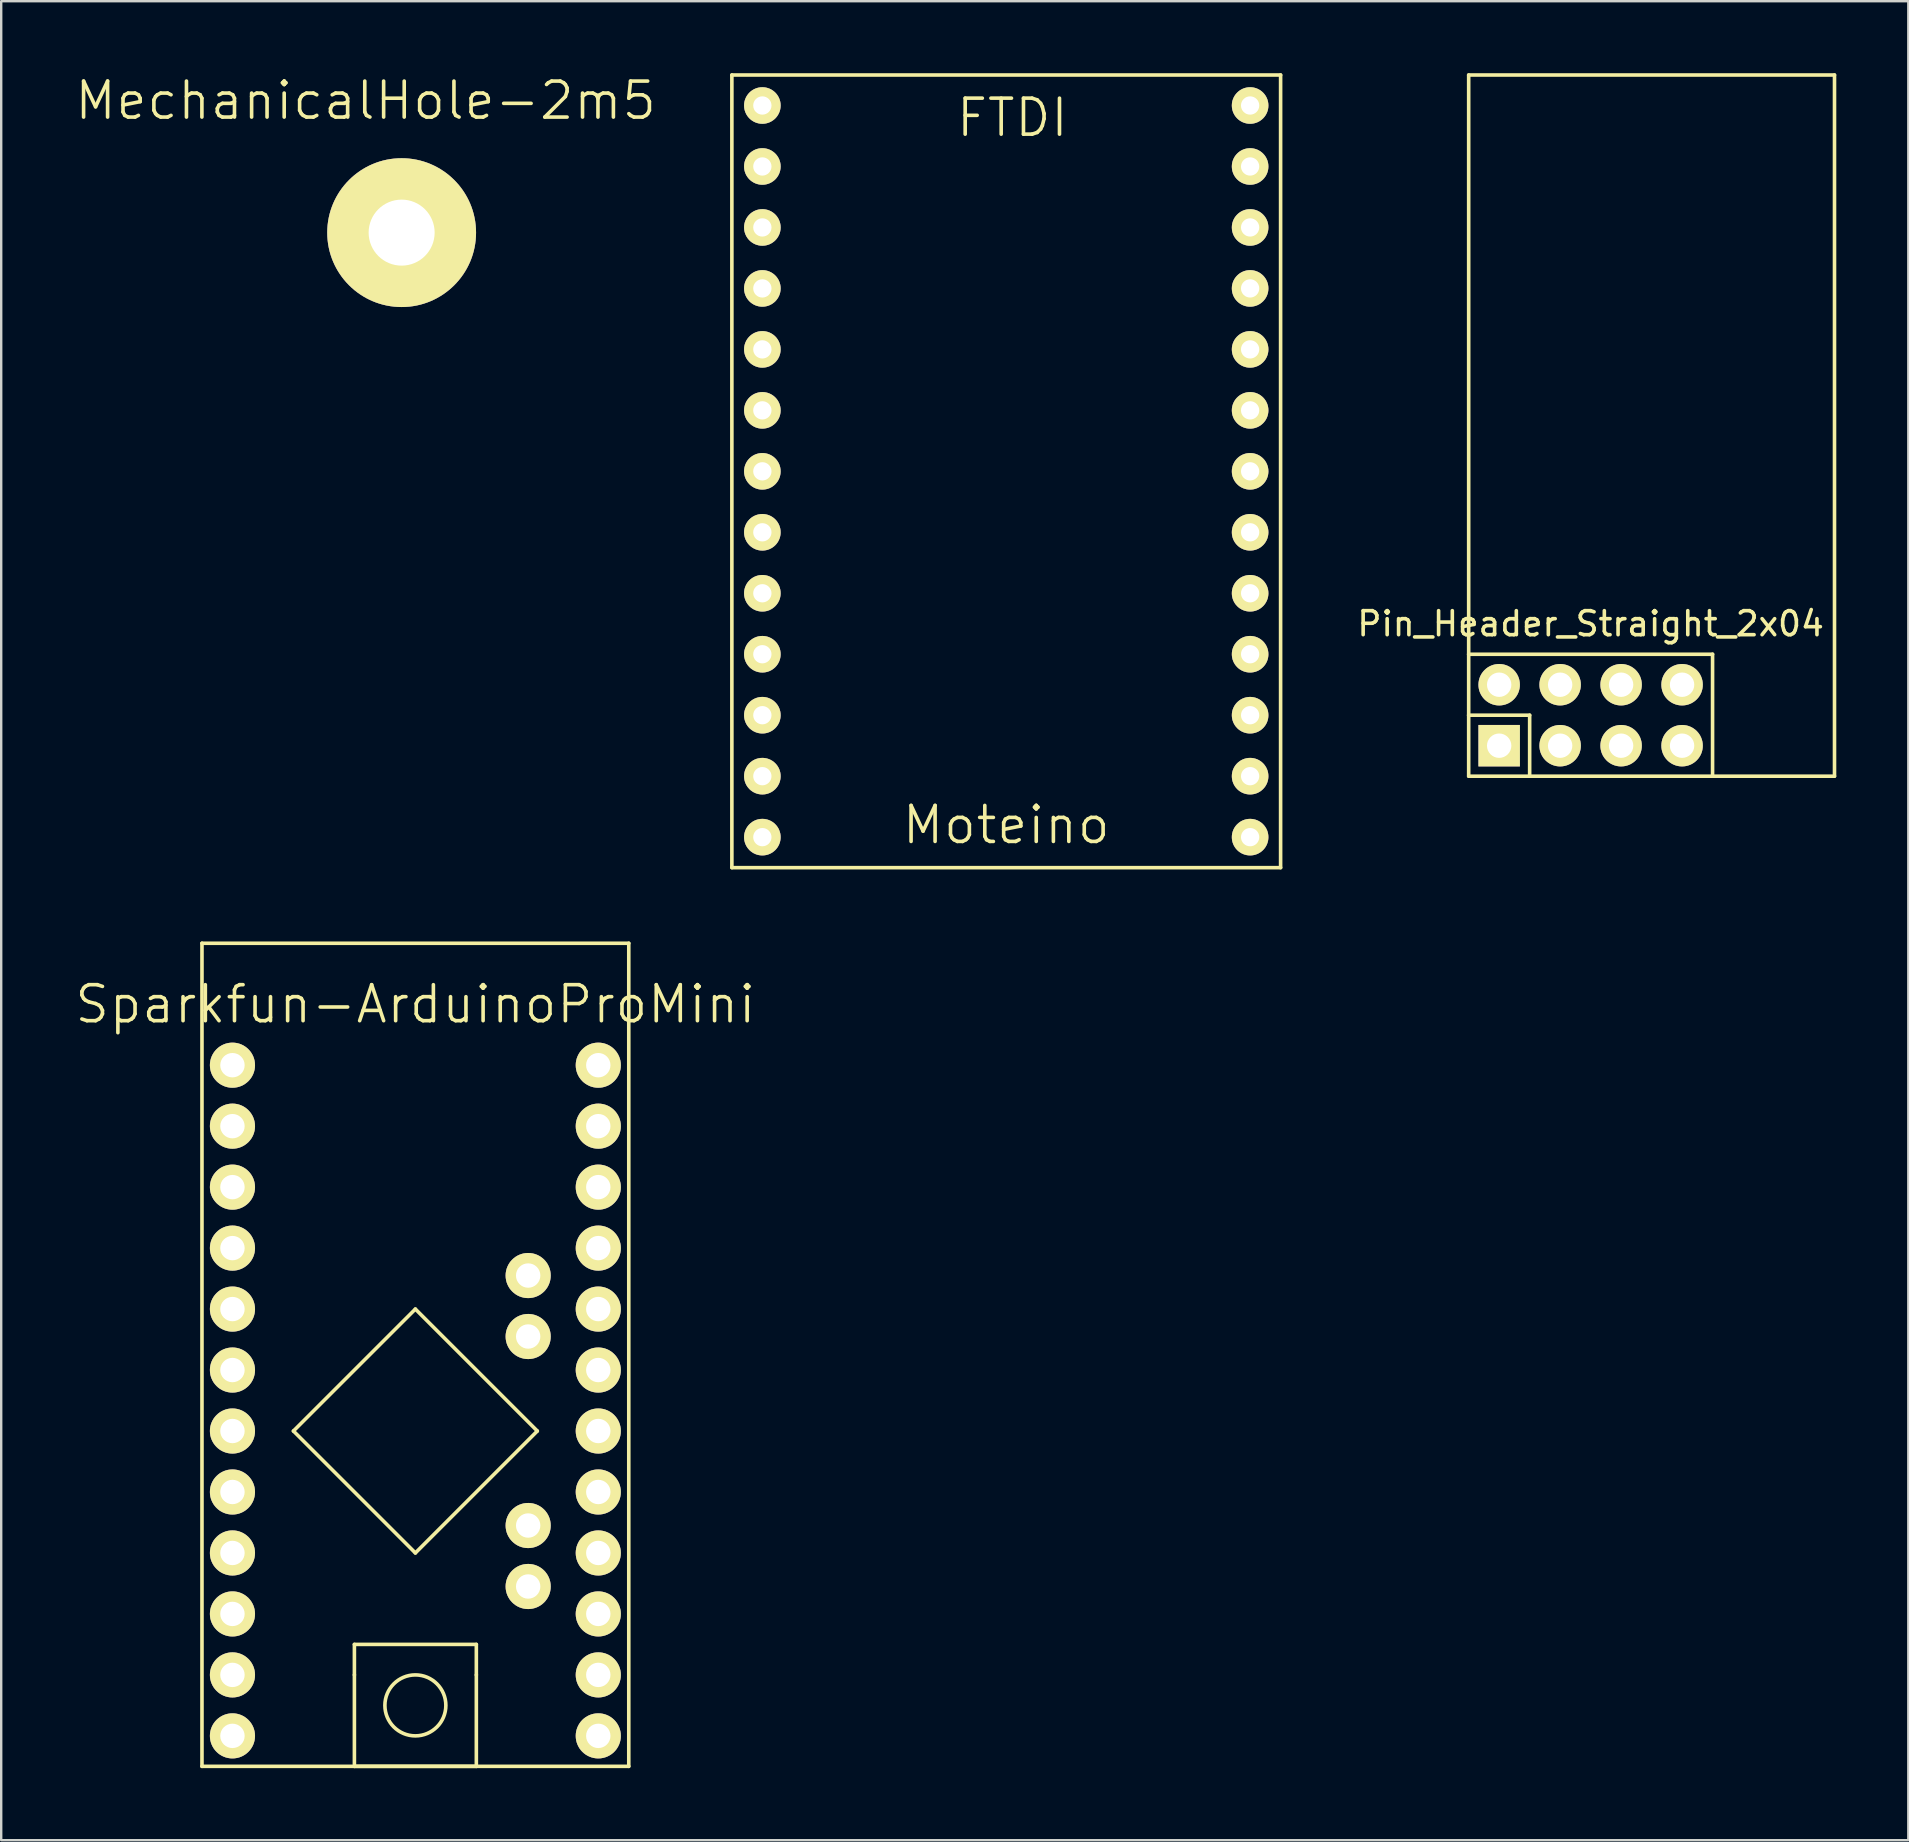
<source format=kicad_pcb>
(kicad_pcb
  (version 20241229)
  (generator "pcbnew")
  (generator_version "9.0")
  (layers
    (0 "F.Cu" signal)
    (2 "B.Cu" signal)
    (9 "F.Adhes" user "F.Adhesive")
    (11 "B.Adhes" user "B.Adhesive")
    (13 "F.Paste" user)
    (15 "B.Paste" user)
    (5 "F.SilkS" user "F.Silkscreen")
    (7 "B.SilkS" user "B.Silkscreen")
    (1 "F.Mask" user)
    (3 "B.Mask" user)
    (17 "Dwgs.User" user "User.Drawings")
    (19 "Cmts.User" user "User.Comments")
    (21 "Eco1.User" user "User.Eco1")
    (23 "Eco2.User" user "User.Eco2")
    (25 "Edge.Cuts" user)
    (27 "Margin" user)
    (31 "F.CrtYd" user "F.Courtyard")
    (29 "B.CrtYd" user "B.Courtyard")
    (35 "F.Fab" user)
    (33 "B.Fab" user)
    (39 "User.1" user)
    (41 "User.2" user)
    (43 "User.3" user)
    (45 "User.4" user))
  (footprint "Sparkfun-ArduinoProMini"
    (layer "F.Cu")
    (at 14.254 54.025)
    (property "Reference" "Sparkfun-ArduinoProMini" (at 0 -15.24 0) (layer "F.SilkS") (effects (font (size 1.5 1.5) (thickness 0.15))))
    (attr through_hole)
    (fp_line (start -8.89 -17.78) (end 8.89 -17.78) (stroke (width 0.15) (type solid)) (layer "F.SilkS"))
    (fp_line (start -8.89 16.51) (end -8.89 -17.78) (stroke (width 0.15) (type solid)) (layer "F.SilkS"))
    (fp_line (start -5.08 2.54) (end 0 -2.54) (stroke (width 0.15) (type solid)) (layer "F.SilkS"))
    (fp_line (start -2.54 12.7) (end -2.54 11.43) (stroke (width 0.15) (type solid)) (layer "F.SilkS"))
    (fp_line (start -2.54 12.7) (end -2.54 16.51) (stroke (width 0.15) (type solid)) (layer "F.SilkS"))
    (fp_line (start -2.54 16.51) (end 2.54 16.51) (stroke (width 0.15) (type solid)) (layer "F.SilkS"))
    (fp_line (start 0 -2.54) (end 5.08 2.54) (stroke (width 0.15) (type solid)) (layer "F.SilkS"))
    (fp_line (start 0 7.62) (end -5.08 2.54) (stroke (width 0.15) (type solid)) (layer "F.SilkS"))
    (fp_line (start 2.54 11.43) (end -2.54 11.43) (stroke (width 0.15) (type solid)) (layer "F.SilkS"))
    (fp_line (start 2.54 12.7) (end 2.54 11.43) (stroke (width 0.15) (type solid)) (layer "F.SilkS"))
    (fp_line (start 2.54 16.51) (end 2.54 12.7) (stroke (width 0.15) (type solid)) (layer "F.SilkS"))
    (fp_line (start 5.08 2.54) (end 0 7.62) (stroke (width 0.15) (type solid)) (layer "F.SilkS"))
    (fp_line (start 8.89 -17.78) (end 8.89 16.51) (stroke (width 0.15) (type solid)) (layer "F.SilkS"))
    (fp_line (start 8.89 16.51) (end -8.89 16.51) (stroke (width 0.15) (type solid)) (layer "F.SilkS"))
    (fp_circle (center 0 13.97) (end 1.27 13.97) (stroke (width 0.15) (type solid)) (fill no) (layer "F.SilkS"))
    (pad "1" thru_hole circle (at -7.62 -12.7) (size 1.88 1.88) (drill 1.016) (layers "*.Cu" "*.Mask" "F.SilkS"))
    (pad "2" thru_hole circle (at -7.62 -10.16) (size 1.88 1.88) (drill 1.016) (layers "*.Cu" "*.Mask" "F.SilkS"))
    (pad "3" thru_hole circle (at -7.62 -7.62) (size 1.88 1.88) (drill 1.016) (layers "*.Cu" "*.Mask" "F.SilkS"))
    (pad "4" thru_hole circle (at -7.62 -5.08) (size 1.88 1.88) (drill 1.016) (layers "*.Cu" "*.Mask" "F.SilkS"))
    (pad "5" thru_hole circle (at -7.62 -2.54) (size 1.88 1.88) (drill 1.016) (layers "*.Cu" "*.Mask" "F.SilkS"))
    (pad "6" thru_hole circle (at -7.62 0) (size 1.88 1.88) (drill 1.016) (layers "*.Cu" "*.Mask" "F.SilkS"))
    (pad "7" thru_hole circle (at -7.62 2.54) (size 1.88 1.88) (drill 1.016) (layers "*.Cu" "*.Mask" "F.SilkS"))
    (pad "8" thru_hole circle (at -7.62 5.08) (size 1.88 1.88) (drill 1.016) (layers "*.Cu" "*.Mask" "F.SilkS"))
    (pad "9" thru_hole circle (at -7.62 7.62) (size 1.88 1.88) (drill 1.016) (layers "*.Cu" "*.Mask" "F.SilkS"))
    (pad "10" thru_hole circle (at -7.62 10.16) (size 1.88 1.88) (drill 1.016) (layers "*.Cu" "*.Mask" "F.SilkS"))
    (pad "11" thru_hole circle (at -7.62 12.7) (size 1.88 1.88) (drill 1.016) (layers "*.Cu" "*.Mask" "F.SilkS"))
    (pad "12" thru_hole circle (at -7.62 15.24) (size 1.88 1.88) (drill 1.016) (layers "*.Cu" "*.Mask" "F.SilkS"))
    (pad "13" thru_hole circle (at 7.62 15.24) (size 1.88 1.88) (drill 1.016) (layers "*.Cu" "*.Mask" "F.SilkS"))
    (pad "14" thru_hole circle (at 7.62 12.7) (size 1.88 1.88) (drill 1.016) (layers "*.Cu" "*.Mask" "F.SilkS"))
    (pad "15" thru_hole circle (at 7.62 10.16) (size 1.88 1.88) (drill 1.016) (layers "*.Cu" "*.Mask" "F.SilkS"))
    (pad "16" thru_hole circle (at 7.62 7.62) (size 1.88 1.88) (drill 1.016) (layers "*.Cu" "*.Mask" "F.SilkS"))
    (pad "17" thru_hole circle (at 7.62 5.08) (size 1.88 1.88) (drill 1.016) (layers "*.Cu" "*.Mask" "F.SilkS"))
    (pad "18" thru_hole circle (at 7.62 2.54) (size 1.88 1.88) (drill 1.016) (layers "*.Cu" "*.Mask" "F.SilkS"))
    (pad "19" thru_hole circle (at 7.62 0) (size 1.88 1.88) (drill 1.016) (layers "*.Cu" "*.Mask" "F.SilkS"))
    (pad "20" thru_hole circle (at 7.62 -2.54) (size 1.88 1.88) (drill 1.016) (layers "*.Cu" "*.Mask" "F.SilkS"))
    (pad "21" thru_hole circle (at 7.62 -5.08) (size 1.88 1.88) (drill 1.016) (layers "*.Cu" "*.Mask" "F.SilkS"))
    (pad "22" thru_hole circle (at 7.62 -7.62) (size 1.88 1.88) (drill 1.016) (layers "*.Cu" "*.Mask" "F.SilkS"))
    (pad "23" thru_hole circle (at 7.62 -10.16) (size 1.88 1.88) (drill 1.016) (layers "*.Cu" "*.Mask" "F.SilkS"))
    (pad "24" thru_hole circle (at 7.62 -12.7) (size 1.88 1.88) (drill 1.016) (layers "*.Cu" "*.Mask" "F.SilkS"))
    (pad "25" thru_hole circle (at 4.699 -1.397) (size 1.88 1.88) (drill 1.016) (layers "*.Cu" "*.Mask" "F.SilkS"))
    (pad "26" thru_hole circle (at 4.699 -3.937) (size 1.88 1.88) (drill 1.016) (layers "*.Cu" "*.Mask" "F.SilkS"))
    (pad "27" thru_hole circle (at 4.699 9.017) (size 1.88 1.88) (drill 1.016) (layers "*.Cu" "*.Mask" "F.SilkS"))
    (pad "28" thru_hole circle (at 4.699 6.477) (size 1.88 1.88) (drill 1.016) (layers "*.Cu" "*.Mask" "F.SilkS")))
  (footprint "MechanicalHole-2m5"
    (layer "F.Cu")
    (at 13.682 6.641)
    (property "Reference" "MechanicalHole-2m5" (at -1.5 -5.5 0) (layer "F.SilkS") (effects (font (size 1.5 1.5) (thickness 0.15))))
    (attr through_hole)
    (pad "" np_thru_hole circle (at 0 0) (size 6.2 6.2) (drill 2.75) (layers "*.Cu" "*.Mask" "F.SilkS")))
  (footprint "Moteino"
    (layer "F.Cu")
    (at 38.869 16.585)
    (property "Reference" "Moteino" (at 0 14.732 0) (layer "F.SilkS") (effects (font (size 1.5 1.5) (thickness 0.15))))
    (attr through_hole)
    (fp_line (start -11.43 -16.51) (end -11.43 16.51) (stroke (width 0.15) (type solid)) (layer "F.SilkS"))
    (fp_line (start -11.43 16.51) (end 11.43 16.51) (stroke (width 0.15) (type solid)) (layer "F.SilkS"))
    (fp_line (start 11.43 -16.51) (end -11.43 -16.51) (stroke (width 0.15) (type solid)) (layer "F.SilkS"))
    (fp_line (start 11.43 16.51) (end 11.43 -16.51) (stroke (width 0.15) (type solid)) (layer "F.SilkS"))
    (fp_text user "FTDI" (at 0.254 -14.732 0) (layer "F.SilkS") (effects (font (size 1.5 1.5) (thickness 0.15))))
    (pad "1" thru_hole circle (at -10.16 -15.24) (size 1.524 1.524) (drill 0.762) (layers "*.Cu" "*.Mask" "F.SilkS"))
    (pad "2" thru_hole circle (at -10.16 -12.7) (size 1.524 1.524) (drill 0.762) (layers "*.Cu" "*.Mask" "F.SilkS"))
    (pad "3" thru_hole circle (at -10.16 -10.16) (size 1.524 1.524) (drill 0.762) (layers "*.Cu" "*.Mask" "F.SilkS"))
    (pad "4" thru_hole circle (at -10.16 -7.62) (size 1.524 1.524) (drill 0.762) (layers "*.Cu" "*.Mask" "F.SilkS"))
    (pad "5" thru_hole circle (at -10.16 -5.08) (size 1.524 1.524) (drill 0.762) (layers "*.Cu" "*.Mask" "F.SilkS"))
    (pad "6" thru_hole circle (at -10.16 -2.54) (size 1.524 1.524) (drill 0.762) (layers "*.Cu" "*.Mask" "F.SilkS"))
    (pad "7" thru_hole circle (at -10.16 0) (size 1.524 1.524) (drill 0.762) (layers "*.Cu" "*.Mask" "F.SilkS"))
    (pad "8" thru_hole circle (at -10.16 2.54) (size 1.524 1.524) (drill 0.762) (layers "*.Cu" "*.Mask" "F.SilkS"))
    (pad "9" thru_hole circle (at -10.16 5.08) (size 1.524 1.524) (drill 0.762) (layers "*.Cu" "*.Mask" "F.SilkS"))
    (pad "10" thru_hole circle (at -10.16 7.62) (size 1.524 1.524) (drill 0.762) (layers "*.Cu" "*.Mask" "F.SilkS"))
    (pad "11" thru_hole circle (at -10.16 10.16) (size 1.524 1.524) (drill 0.762) (layers "*.Cu" "*.Mask" "F.SilkS"))
    (pad "12" thru_hole circle (at -10.16 12.7) (size 1.524 1.524) (drill 0.762) (layers "*.Cu" "*.Mask" "F.SilkS"))
    (pad "13" thru_hole circle (at -10.16 15.24) (size 1.524 1.524) (drill 0.762) (layers "*.Cu" "*.Mask" "F.SilkS"))
    (pad "14" thru_hole circle (at 10.16 15.24) (size 1.524 1.524) (drill 0.762) (layers "*.Cu" "*.Mask" "F.SilkS"))
    (pad "15" thru_hole circle (at 10.16 12.7) (size 1.524 1.524) (drill 0.762) (layers "*.Cu" "*.Mask" "F.SilkS"))
    (pad "16" thru_hole circle (at 10.16 10.16) (size 1.524 1.524) (drill 0.762) (layers "*.Cu" "*.Mask" "F.SilkS"))
    (pad "17" thru_hole circle (at 10.16 7.62) (size 1.524 1.524) (drill 0.762) (layers "*.Cu" "*.Mask" "F.SilkS"))
    (pad "18" thru_hole circle (at 10.16 5.08) (size 1.524 1.524) (drill 0.762) (layers "*.Cu" "*.Mask" "F.SilkS"))
    (pad "19" thru_hole circle (at 10.16 2.54) (size 1.524 1.524) (drill 0.762) (layers "*.Cu" "*.Mask" "F.SilkS"))
    (pad "20" thru_hole circle (at 10.16 0) (size 1.524 1.524) (drill 0.762) (layers "*.Cu" "*.Mask" "F.SilkS"))
    (pad "21" thru_hole circle (at 10.16 -2.54) (size 1.524 1.524) (drill 0.762) (layers "*.Cu" "*.Mask" "F.SilkS"))
    (pad "22" thru_hole circle (at 10.16 -5.08) (size 1.524 1.524) (drill 0.762) (layers "*.Cu" "*.Mask" "F.SilkS"))
    (pad "23" thru_hole circle (at 10.16 -7.62) (size 1.524 1.524) (drill 0.762) (layers "*.Cu" "*.Mask" "F.SilkS"))
    (pad "24" thru_hole circle (at 10.16 -10.16) (size 1.524 1.524) (drill 0.762) (layers "*.Cu" "*.Mask" "F.SilkS"))
    (pad "25" thru_hole circle (at 10.16 -12.7) (size 1.524 1.524) (drill 0.762) (layers "*.Cu" "*.Mask" "F.SilkS"))
    (pad "26" thru_hole circle (at 10.16 -15.24) (size 1.524 1.524) (drill 0.762) (layers "*.Cu" "*.Mask" "F.SilkS")))
  (footprint "Pin_Header_Straight_2x04"
    (layer "F.Cu")
    (at 63.214 26.745)
    (property "Reference" "Pin_Header_Straight_2x04" (at 0 -3.81 0) (layer "F.SilkS") (effects (font (size 1 1) (thickness 0.15))))
    (attr through_hole)
    (fp_line (start -5.08 -26.67) (end -5.08 -2.54) (stroke (width 0.15) (type solid)) (layer "F.SilkS"))
    (fp_line (start -5.08 -2.54) (end -5.08 0) (stroke (width 0.15) (type solid)) (layer "F.SilkS"))
    (fp_line (start -5.08 0) (end -2.54 0) (stroke (width 0.15) (type solid)) (layer "F.SilkS"))
    (fp_line (start -5.08 2.54) (end -5.08 0) (stroke (width 0.15) (type solid)) (layer "F.SilkS"))
    (fp_line (start -5.08 2.54) (end -2.54 2.54) (stroke (width 0.15) (type solid)) (layer "F.SilkS"))
    (fp_line (start -2.54 0) (end -2.54 2.54) (stroke (width 0.15) (type solid)) (layer "F.SilkS"))
    (fp_line (start -2.54 2.54) (end 5.08 2.54) (stroke (width 0.15) (type solid)) (layer "F.SilkS"))
    (fp_line (start 5.08 -2.54) (end -5.08 -2.54) (stroke (width 0.15) (type solid)) (layer "F.SilkS"))
    (fp_line (start 5.08 2.54) (end 5.08 -2.54) (stroke (width 0.15) (type solid)) (layer "F.SilkS"))
    (fp_line (start 5.08 2.54) (end 10.16 2.54) (stroke (width 0.15) (type solid)) (layer "F.SilkS"))
    (fp_line (start 10.16 -26.67) (end -5.08 -26.67) (stroke (width 0.15) (type solid)) (layer "F.SilkS"))
    (fp_line (start 10.16 2.54) (end 10.16 -26.67) (stroke (width 0.15) (type solid)) (layer "F.SilkS"))
    (pad "1" thru_hole rect (at -3.81 1.27) (size 1.727 1.727) (drill 1.016) (layers "*.Cu" "*.Mask" "F.SilkS"))
    (pad "2" thru_hole oval (at -3.81 -1.27) (size 1.727 1.727) (drill 1.016) (layers "*.Cu" "*.Mask" "F.SilkS"))
    (pad "3" thru_hole oval (at -1.27 1.27) (size 1.727 1.727) (drill 1.016) (layers "*.Cu" "*.Mask" "F.SilkS"))
    (pad "4" thru_hole oval (at -1.27 -1.27) (size 1.727 1.727) (drill 1.016) (layers "*.Cu" "*.Mask" "F.SilkS"))
    (pad "5" thru_hole oval (at 1.27 1.27) (size 1.727 1.727) (drill 1.016) (layers "*.Cu" "*.Mask" "F.SilkS"))
    (pad "6" thru_hole oval (at 1.27 -1.27) (size 1.727 1.727) (drill 1.016) (layers "*.Cu" "*.Mask" "F.SilkS"))
    (pad "7" thru_hole oval (at 3.81 1.27) (size 1.727 1.727) (drill 1.016) (layers "*.Cu" "*.Mask" "F.SilkS"))
    (pad "8" thru_hole oval (at 3.81 -1.27) (size 1.727 1.727) (drill 1.016) (layers "*.Cu" "*.Mask" "F.SilkS")))
  (gr_rect
    (start -3 -3)
    (end 76.449 73.61)
    (stroke (width 0.1) (type default))
    (fill no)
    (layer "Edge.Cuts")))
</source>
